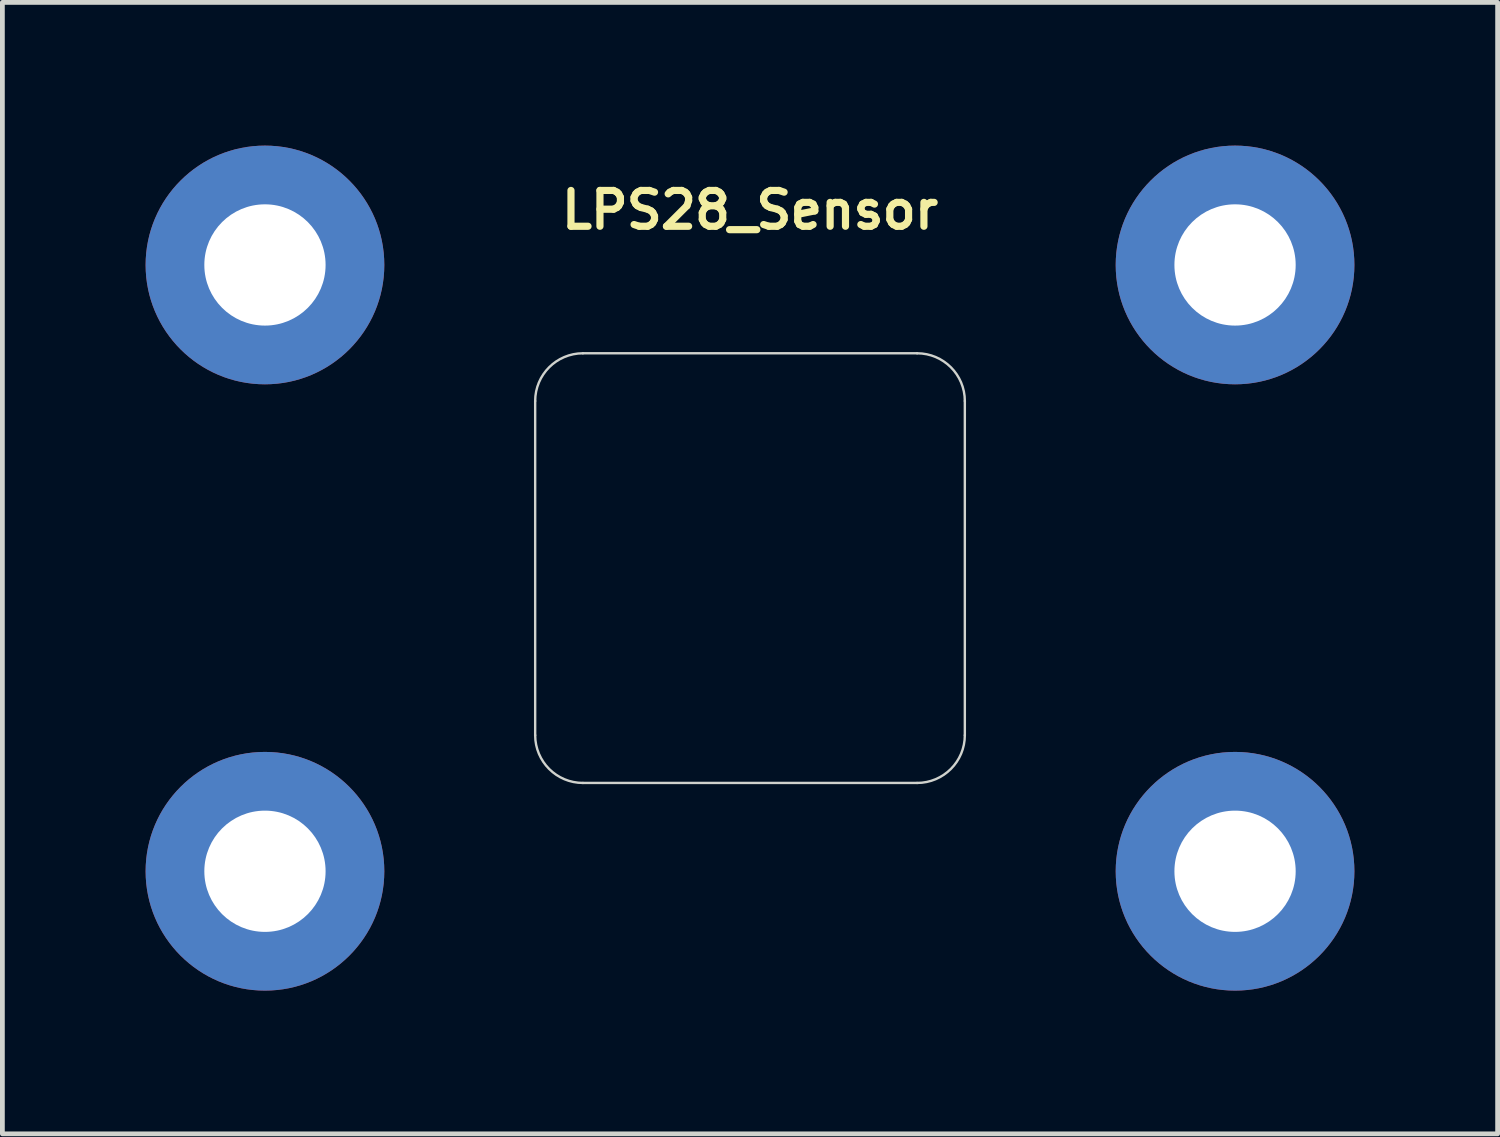
<source format=kicad_pcb>
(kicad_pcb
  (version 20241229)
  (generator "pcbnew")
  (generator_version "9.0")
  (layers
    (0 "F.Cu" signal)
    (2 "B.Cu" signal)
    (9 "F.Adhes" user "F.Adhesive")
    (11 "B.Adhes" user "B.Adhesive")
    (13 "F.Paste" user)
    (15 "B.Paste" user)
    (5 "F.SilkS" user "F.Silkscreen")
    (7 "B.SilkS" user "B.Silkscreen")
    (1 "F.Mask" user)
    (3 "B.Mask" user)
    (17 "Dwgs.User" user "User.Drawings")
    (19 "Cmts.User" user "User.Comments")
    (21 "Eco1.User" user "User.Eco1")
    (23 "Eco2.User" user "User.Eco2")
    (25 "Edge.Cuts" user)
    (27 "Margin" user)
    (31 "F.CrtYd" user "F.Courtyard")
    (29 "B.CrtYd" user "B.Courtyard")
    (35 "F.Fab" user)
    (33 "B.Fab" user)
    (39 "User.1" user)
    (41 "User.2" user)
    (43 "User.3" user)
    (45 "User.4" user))
  (footprint "LPS28_Sensor"
    (layer "F.Cu")
    (at 12.66 8.85)
    (property "Reference" "LPS28_Sensor" (at 0 -7.5 0) (unlocked yes) (layer "F.SilkS") (effects (font (size 0.75 0.75) (thickness 0.15))))
    (fp_line (start -4.5 3.5) (end -4.5 -3.5) (stroke (width 0.05) (type default)) (layer "Edge.Cuts"))
    (fp_line (start -3.5 -4.5) (end 3.5 -4.5) (stroke (width 0.05) (type default)) (layer "Edge.Cuts"))
    (fp_line (start 3.5 4.5) (end -3.5 4.5) (stroke (width 0.05) (type default)) (layer "Edge.Cuts"))
    (fp_line (start 4.5 -3.5) (end 4.5 3.5) (stroke (width 0.05) (type default)) (layer "Edge.Cuts"))
    (fp_arc (start -4.5 -3.5) (mid -4.207107 -4.207107) (end -3.5 -4.5) (stroke (width 0.05) (type default)) (layer "Edge.Cuts"))
    (fp_arc (start -3.5 4.5) (mid -4.207107 4.207107) (end -4.5 3.5) (stroke (width 0.05) (type default)) (layer "Edge.Cuts"))
    (fp_arc (start 3.5 -4.5) (mid 4.207107 -4.207107) (end 4.5 -3.5) (stroke (width 0.05) (type default)) (layer "Edge.Cuts"))
    (fp_arc (start 4.5 3.5) (mid 4.207107 4.207107) (end 3.5 4.5) (stroke (width 0.05) (type default)) (layer "Edge.Cuts"))
    (pad "1" thru_hole circle (at -10.16 -6.35) (size 5 5) (drill 2.54) (layers "*.Cu" "*.Mask"))
    (pad "2" thru_hole circle (at 10.16 -6.35) (size 5 5) (drill 2.54) (layers "*.Cu" "*.Mask"))
    (pad "3" thru_hole circle (at 10.16 6.35) (size 5 5) (drill 2.54) (layers "*.Cu" "*.Mask"))
    (pad "4" thru_hole circle (at -10.16 6.35) (size 5 5) (drill 2.54) (layers "*.Cu" "*.Mask")))
  (gr_rect
    (start -3 -3)
    (end 28.32 20.7)
    (stroke (width 0.1) (type default))
    (fill no)
    (layer "Edge.Cuts")))
</source>
